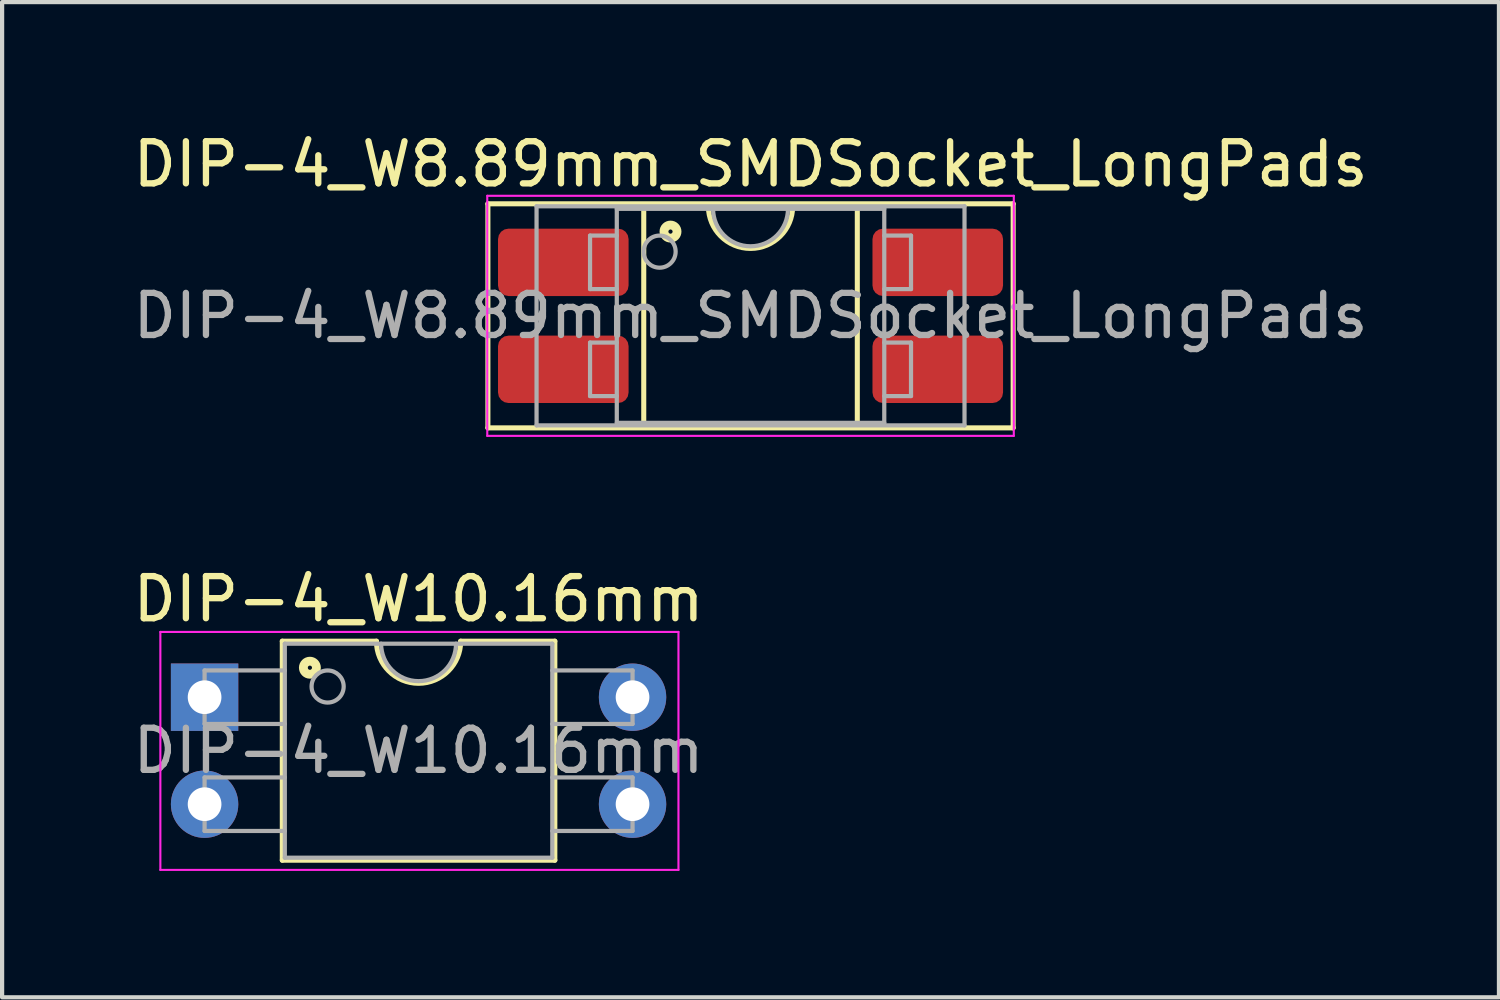
<source format=kicad_pcb>
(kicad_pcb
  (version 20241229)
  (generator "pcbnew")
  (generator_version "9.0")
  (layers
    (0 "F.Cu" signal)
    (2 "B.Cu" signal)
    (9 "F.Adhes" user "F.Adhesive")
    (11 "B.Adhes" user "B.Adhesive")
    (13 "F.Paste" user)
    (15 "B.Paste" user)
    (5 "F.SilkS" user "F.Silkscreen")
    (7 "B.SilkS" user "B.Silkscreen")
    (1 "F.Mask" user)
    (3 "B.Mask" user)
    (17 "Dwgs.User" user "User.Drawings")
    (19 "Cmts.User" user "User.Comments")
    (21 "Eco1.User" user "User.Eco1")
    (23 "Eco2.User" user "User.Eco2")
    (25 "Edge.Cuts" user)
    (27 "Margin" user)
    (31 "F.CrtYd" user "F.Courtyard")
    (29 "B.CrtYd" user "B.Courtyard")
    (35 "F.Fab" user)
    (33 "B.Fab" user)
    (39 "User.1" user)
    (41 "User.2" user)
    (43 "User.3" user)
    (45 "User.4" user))
  (footprint "DIP-4_W8.89mm_SMDSocket_LongPads"
    (layer "F.Cu")
    (at 14.768 4.448)
    (property "Reference" "DIP-4_W8.89mm_SMDSocket_LongPads" (at 0 -3.6 0) (layer "F.SilkS") (effects (font (size 1 1) (thickness 0.15))))
    (attr smd)
    (fp_line (start -6.235 -2.66) (end -6.235 2.66) (stroke (width 0.12) (type solid)) (layer "F.SilkS"))
    (fp_line (start -6.235 2.66) (end 6.235 2.66) (stroke (width 0.12) (type solid)) (layer "F.SilkS"))
    (fp_line (start -2.535 -2.6) (end -2.535 2.6) (stroke (width 0.12) (type solid)) (layer "F.SilkS"))
    (fp_line (start -2.535 2.6) (end 2.535 2.6) (stroke (width 0.12) (type solid)) (layer "F.SilkS"))
    (fp_line (start -1 -2.6) (end -2.535 -2.6) (stroke (width 0.12) (type solid)) (layer "F.SilkS"))
    (fp_line (start 2.535 -2.6) (end 1 -2.6) (stroke (width 0.12) (type solid)) (layer "F.SilkS"))
    (fp_line (start 2.535 2.6) (end 2.535 -2.6) (stroke (width 0.12) (type solid)) (layer "F.SilkS"))
    (fp_line (start 6.235 -2.66) (end -6.235 -2.66) (stroke (width 0.12) (type solid)) (layer "F.SilkS"))
    (fp_line (start 6.235 2.66) (end 6.235 -2.66) (stroke (width 0.12) (type solid)) (layer "F.SilkS"))
    (fp_arc (start 1 -2.6) (mid 0 -1.6) (end -1 -2.6) (stroke (width 0.12) (type solid)) (layer "F.SilkS"))
    (fp_circle (center -1.9 -2) (end -1.85 -2) (stroke (width 0.12) (type solid)) (fill no) (layer "F.SilkS"))
    (fp_circle (center -1.9 -2) (end -1.775 -2) (stroke (width 0.12) (type solid)) (fill no) (layer "F.SilkS"))
    (fp_circle (center -1.9 -2) (end -1.7 -2) (stroke (width 0.12) (type solid)) (fill no) (layer "F.SilkS"))
    (fp_line (start -6.25 -2.85) (end -6.25 2.85) (stroke (width 0.05) (type solid)) (layer "F.CrtYd"))
    (fp_line (start -6.25 2.85) (end 6.25 2.85) (stroke (width 0.05) (type solid)) (layer "F.CrtYd"))
    (fp_line (start 6.25 -2.85) (end -6.25 -2.85) (stroke (width 0.05) (type solid)) (layer "F.CrtYd"))
    (fp_line (start 6.25 2.85) (end 6.25 -2.85) (stroke (width 0.05) (type solid)) (layer "F.CrtYd"))
    (fp_line (start -5.08 -2.6) (end -5.08 2.6) (stroke (width 0.1) (type solid)) (layer "F.Fab"))
    (fp_line (start -5.08 2.6) (end 5.08 2.6) (stroke (width 0.1) (type solid)) (layer "F.Fab"))
    (fp_line (start -3.81 -1.905) (end -3.81 -0.635) (stroke (width 0.1) (type solid)) (layer "F.Fab"))
    (fp_line (start -3.81 -1.905) (end -3.175 -1.905) (stroke (width 0.1) (type solid)) (layer "F.Fab"))
    (fp_line (start -3.81 -0.635) (end -3.175 -0.635) (stroke (width 0.1) (type solid)) (layer "F.Fab"))
    (fp_line (start -3.81 0.635) (end -3.81 1.905) (stroke (width 0.1) (type solid)) (layer "F.Fab"))
    (fp_line (start -3.81 0.635) (end -3.175 0.635) (stroke (width 0.1) (type solid)) (layer "F.Fab"))
    (fp_line (start -3.81 1.905) (end -3.175 1.905) (stroke (width 0.1) (type solid)) (layer "F.Fab"))
    (fp_line (start -3.175 -2.54) (end 3.175 -2.54) (stroke (width 0.1) (type solid)) (layer "F.Fab"))
    (fp_line (start -3.175 2.54) (end -3.175 -2.54) (stroke (width 0.1) (type solid)) (layer "F.Fab"))
    (fp_line (start 3.175 -2.54) (end 3.175 2.54) (stroke (width 0.1) (type solid)) (layer "F.Fab"))
    (fp_line (start 3.175 2.54) (end -3.175 2.54) (stroke (width 0.1) (type solid)) (layer "F.Fab"))
    (fp_line (start 3.81 -1.905) (end 3.175 -1.905) (stroke (width 0.1) (type solid)) (layer "F.Fab"))
    (fp_line (start 3.81 -0.635) (end 3.175 -0.635) (stroke (width 0.1) (type solid)) (layer "F.Fab"))
    (fp_line (start 3.81 -0.635) (end 3.81 -1.905) (stroke (width 0.1) (type solid)) (layer "F.Fab"))
    (fp_line (start 3.81 0.635) (end 3.175 0.635) (stroke (width 0.1) (type solid)) (layer "F.Fab"))
    (fp_line (start 3.81 1.905) (end 3.175 1.905) (stroke (width 0.1) (type solid)) (layer "F.Fab"))
    (fp_line (start 3.81 1.905) (end 3.81 0.635) (stroke (width 0.1) (type solid)) (layer "F.Fab"))
    (fp_line (start 5.08 -2.6) (end -5.08 -2.6) (stroke (width 0.1) (type solid)) (layer "F.Fab"))
    (fp_line (start 5.08 2.6) (end 5.08 -2.6) (stroke (width 0.1) (type solid)) (layer "F.Fab"))
    (fp_arc (start 0.889 -2.54) (mid 0 -1.651) (end -0.889 -2.54) (stroke (width 0.1) (type solid)) (layer "F.Fab"))
    (fp_circle (center -2.159 -1.524) (end -1.778 -1.524) (stroke (width 0.1) (type solid)) (fill no) (layer "F.Fab"))
    (fp_text user "${REFERENCE}" (at 0 0 0) (layer "F.Fab") (effects (font (size 1 1) (thickness 0.15))))
    (pad "1" smd roundrect (at -4.445 -1.27) (size 3.1 1.6) (layers "F.Cu" "F.Mask" "F.Paste") (roundrect_rratio 0.156))
    (pad "2" smd roundrect (at -4.445 1.27) (size 3.1 1.6) (layers "F.Cu" "F.Mask" "F.Paste") (roundrect_rratio 0.156))
    (pad "3" smd roundrect (at 4.445 1.27) (size 3.1 1.6) (layers "F.Cu" "F.Mask" "F.Paste") (roundrect_rratio 0.156))
    (pad "4" smd roundrect (at 4.445 -1.27) (size 3.1 1.6) (layers "F.Cu" "F.Mask" "F.Paste") (roundrect_rratio 0.156)))
  (footprint "DIP-4_W10.16mm"
    (layer "F.Cu")
    (at 1.807 13.502)
    (property "Reference" "DIP-4_W10.16mm" (at 5.08 -2.33 0) (layer "F.SilkS") (effects (font (size 1 1) (thickness 0.15))))
    (attr through_hole)
    (fp_line (start 1.845 -1.33) (end 1.845 3.87) (stroke (width 0.12) (type solid)) (layer "F.SilkS"))
    (fp_line (start 1.845 3.87) (end 8.315 3.87) (stroke (width 0.12) (type solid)) (layer "F.SilkS"))
    (fp_line (start 4.08 -1.33) (end 1.845 -1.33) (stroke (width 0.12) (type solid)) (layer "F.SilkS"))
    (fp_line (start 8.315 -1.33) (end 6.08 -1.33) (stroke (width 0.12) (type solid)) (layer "F.SilkS"))
    (fp_line (start 8.315 3.87) (end 8.315 -1.33) (stroke (width 0.12) (type solid)) (layer "F.SilkS"))
    (fp_arc (start 6.08 -1.33) (mid 5.08 -0.33) (end 4.08 -1.33) (stroke (width 0.12) (type solid)) (layer "F.SilkS"))
    (fp_circle (center 2.5 -0.7) (end 2.55 -0.7) (stroke (width 0.12) (type solid)) (fill no) (layer "F.SilkS"))
    (fp_circle (center 2.5 -0.7) (end 2.625 -0.7) (stroke (width 0.12) (type solid)) (fill no) (layer "F.SilkS"))
    (fp_circle (center 2.5 -0.7) (end 2.7 -0.7) (stroke (width 0.12) (type solid)) (fill no) (layer "F.SilkS"))
    (fp_line (start -1.05 -1.55) (end -1.05 4.1) (stroke (width 0.05) (type solid)) (layer "F.CrtYd"))
    (fp_line (start -1.05 4.1) (end 11.25 4.1) (stroke (width 0.05) (type solid)) (layer "F.CrtYd"))
    (fp_line (start 11.25 -1.55) (end -1.05 -1.55) (stroke (width 0.05) (type solid)) (layer "F.CrtYd"))
    (fp_line (start 11.25 4.1) (end 11.25 -1.55) (stroke (width 0.05) (type solid)) (layer "F.CrtYd"))
    (fp_line (start 0 -0.635) (end 0 0.635) (stroke (width 0.1) (type solid)) (layer "F.Fab"))
    (fp_line (start 0 -0.635) (end 1.905 -0.635) (stroke (width 0.1) (type solid)) (layer "F.Fab"))
    (fp_line (start 0 0.635) (end 1.905 0.635) (stroke (width 0.1) (type solid)) (layer "F.Fab"))
    (fp_line (start 0 1.905) (end 0 3.175) (stroke (width 0.1) (type solid)) (layer "F.Fab"))
    (fp_line (start 0 1.905) (end 1.905 1.905) (stroke (width 0.1) (type solid)) (layer "F.Fab"))
    (fp_line (start 0 3.175) (end 1.905 3.175) (stroke (width 0.1) (type solid)) (layer "F.Fab"))
    (fp_line (start 1.905 -1.27) (end 8.255 -1.27) (stroke (width 0.1) (type solid)) (layer "F.Fab"))
    (fp_line (start 1.905 3.81) (end 1.905 -1.27) (stroke (width 0.1) (type solid)) (layer "F.Fab"))
    (fp_line (start 8.255 -1.27) (end 8.255 3.81) (stroke (width 0.1) (type solid)) (layer "F.Fab"))
    (fp_line (start 8.255 3.81) (end 1.905 3.81) (stroke (width 0.1) (type solid)) (layer "F.Fab"))
    (fp_line (start 10.16 -0.635) (end 8.255 -0.635) (stroke (width 0.1) (type solid)) (layer "F.Fab"))
    (fp_line (start 10.16 0.635) (end 8.255 0.635) (stroke (width 0.1) (type solid)) (layer "F.Fab"))
    (fp_line (start 10.16 0.635) (end 10.16 -0.635) (stroke (width 0.1) (type solid)) (layer "F.Fab"))
    (fp_line (start 10.16 1.905) (end 8.255 1.905) (stroke (width 0.1) (type solid)) (layer "F.Fab"))
    (fp_line (start 10.16 3.175) (end 8.255 3.175) (stroke (width 0.1) (type solid)) (layer "F.Fab"))
    (fp_line (start 10.16 3.175) (end 10.16 1.905) (stroke (width 0.1) (type solid)) (layer "F.Fab"))
    (fp_arc (start 5.969 -1.27) (mid 5.08 -0.381) (end 4.191 -1.27) (stroke (width 0.1) (type solid)) (layer "F.Fab"))
    (fp_circle (center 2.921 -0.254) (end 3.302 -0.254) (stroke (width 0.1) (type solid)) (fill no) (layer "F.Fab"))
    (fp_text user "${REFERENCE}" (at 5.08 1.27 0) (layer "F.Fab") (effects (font (size 1 1) (thickness 0.15))))
    (pad "1" thru_hole rect (at 0 0) (size 1.6 1.6) (drill 0.8) (layers "*.Cu" "*.Mask"))
    (pad "2" thru_hole oval (at 0 2.54) (size 1.6 1.6) (drill 0.8) (layers "*.Cu" "*.Mask"))
    (pad "3" thru_hole oval (at 10.16 2.54) (size 1.6 1.6) (drill 0.8) (layers "*.Cu" "*.Mask"))
    (pad "4" thru_hole oval (at 10.16 0) (size 1.6 1.6) (drill 0.8) (layers "*.Cu" "*.Mask")))
  (gr_rect
    (start -3 -3)
    (end 32.536 20.627)
    (stroke (width 0.1) (type default))
    (fill no)
    (layer "Edge.Cuts")))
</source>
